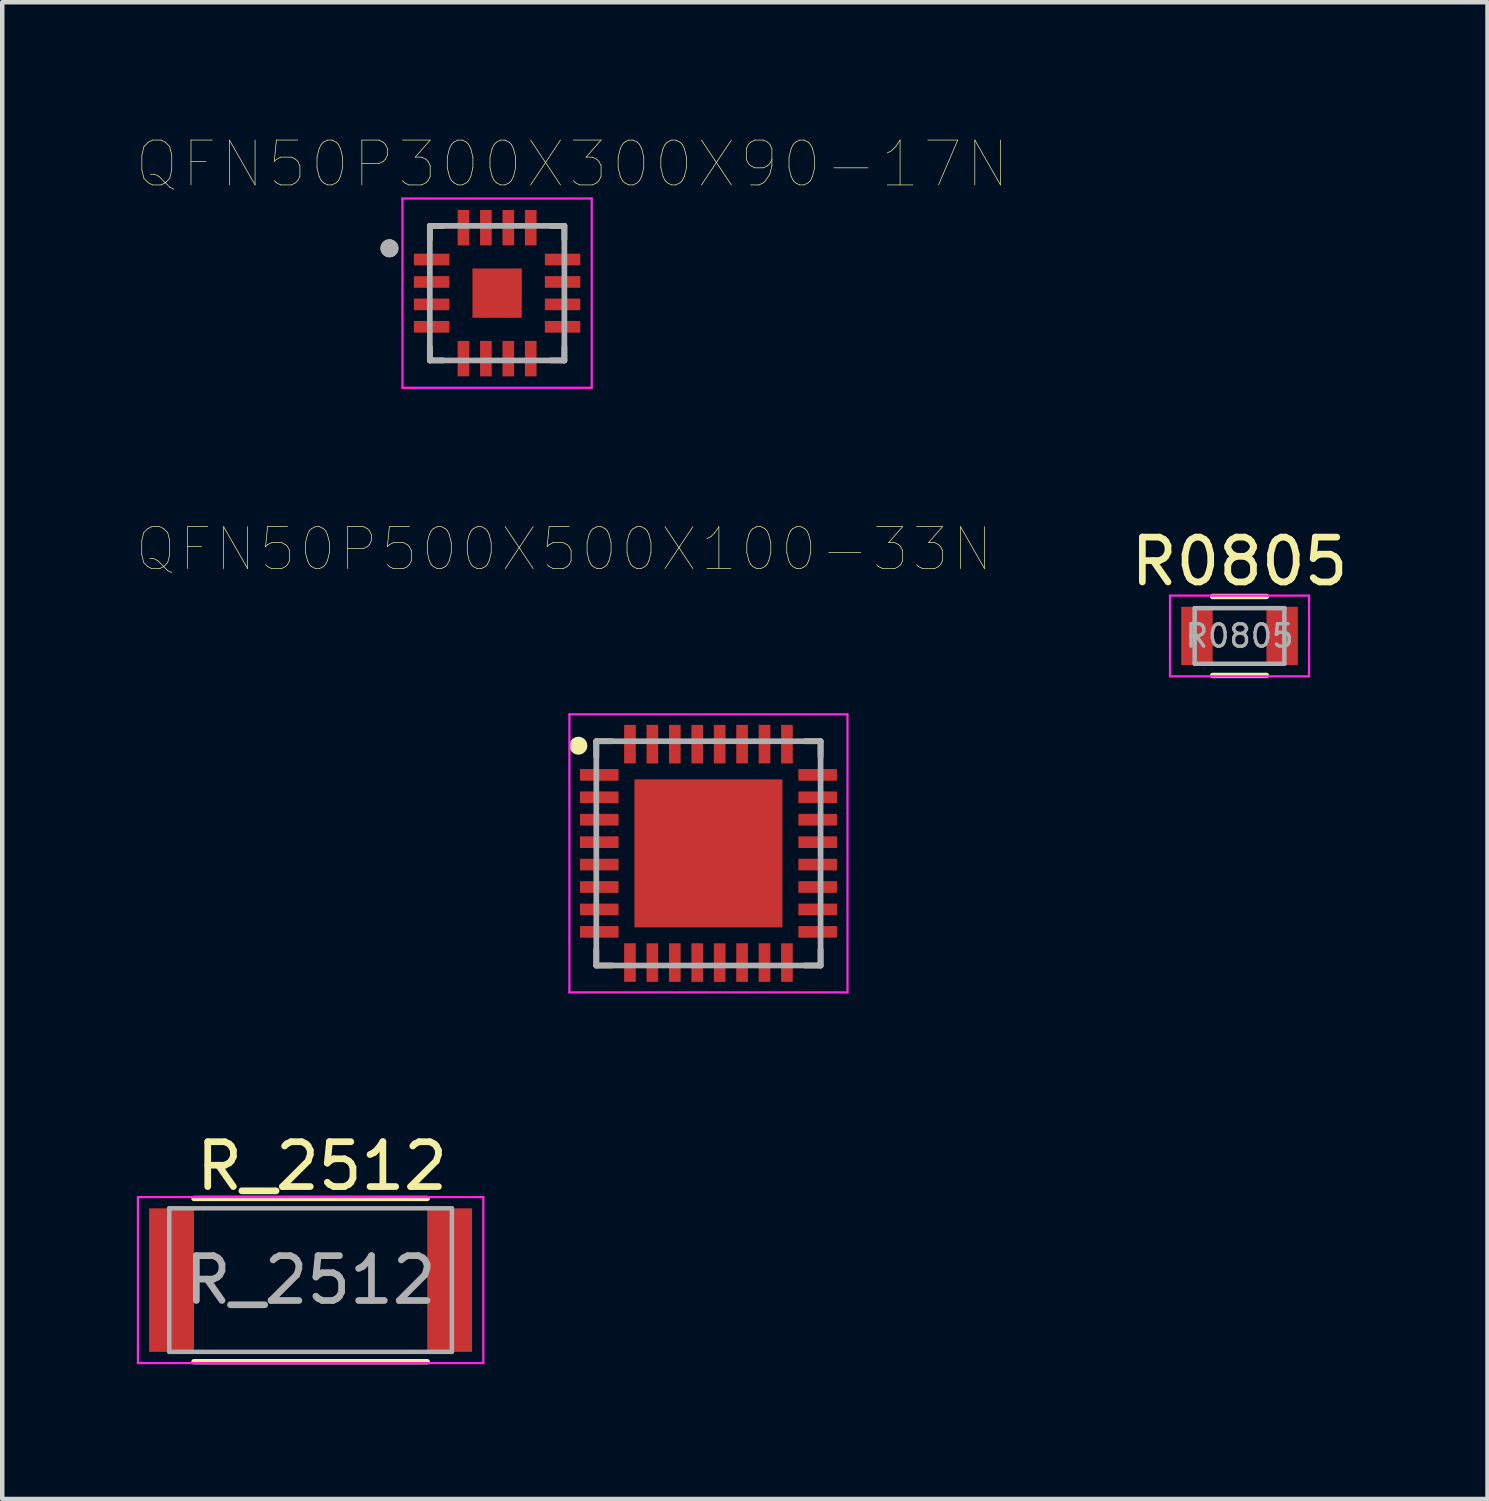
<source format=kicad_pcb>
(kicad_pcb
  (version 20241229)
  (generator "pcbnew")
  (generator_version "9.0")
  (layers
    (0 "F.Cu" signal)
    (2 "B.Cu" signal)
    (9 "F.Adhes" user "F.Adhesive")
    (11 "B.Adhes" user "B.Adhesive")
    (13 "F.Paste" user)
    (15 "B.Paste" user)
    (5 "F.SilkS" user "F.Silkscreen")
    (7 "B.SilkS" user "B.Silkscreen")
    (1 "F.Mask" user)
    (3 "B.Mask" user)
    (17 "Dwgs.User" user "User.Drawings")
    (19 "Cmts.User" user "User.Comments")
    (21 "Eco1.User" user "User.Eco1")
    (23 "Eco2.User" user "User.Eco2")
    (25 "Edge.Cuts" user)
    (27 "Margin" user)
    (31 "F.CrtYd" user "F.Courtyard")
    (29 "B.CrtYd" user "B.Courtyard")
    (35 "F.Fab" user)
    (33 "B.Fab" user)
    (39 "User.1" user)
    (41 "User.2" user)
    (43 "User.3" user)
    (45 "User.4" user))
  (footprint "QFN50P500X500X100-33N"
    (layer "F.Cu")
    (at 12.745 15.976)
    (property "Reference" "QFN50P500X500X100-33N" (at -3.218 -6.781 0) (layer "F.SilkS") (effects (font (size 0.935 0.935) (thickness 0.015))))
    (attr through_hole)
    (fp_line (start -2.5 -2.5) (end -2.15 -2.5) (stroke (width 0.127) (type solid)) (layer "F.SilkS"))
    (fp_line (start -2.5 -2.15) (end -2.5 -2.5) (stroke (width 0.127) (type solid)) (layer "F.SilkS"))
    (fp_line (start -2.5 2.5) (end -2.5 2.15) (stroke (width 0.127) (type solid)) (layer "F.SilkS"))
    (fp_line (start -2.15 2.5) (end -2.5 2.5) (stroke (width 0.127) (type solid)) (layer "F.SilkS"))
    (fp_line (start 2.15 -2.5) (end 2.5 -2.5) (stroke (width 0.127) (type solid)) (layer "F.SilkS"))
    (fp_line (start 2.15 2.5) (end 2.5 2.5) (stroke (width 0.127) (type solid)) (layer "F.SilkS"))
    (fp_line (start 2.5 -2.5) (end 2.5 -2.15) (stroke (width 0.127) (type solid)) (layer "F.SilkS"))
    (fp_line (start 2.5 2.5) (end 2.5 2.15) (stroke (width 0.127) (type solid)) (layer "F.SilkS"))
    (fp_circle (center -2.9 -2.4) (end -2.8 -2.4) (stroke (width 0.2) (type solid)) (fill no) (layer "F.SilkS"))
    (fp_poly (pts (xy -2.163 -1.15) (xy 1.15 -1.15) (xy 1.15 2.163) (xy -2.163 2.163)) (stroke (width 0.01) (type solid)) (fill yes) (layer "F.Paste"))
    (fp_line (start -3.1 -3.1) (end 3.1 -3.1) (stroke (width 0.05) (type solid)) (layer "F.CrtYd"))
    (fp_line (start -3.1 3.1) (end -3.1 -3.1) (stroke (width 0.05) (type solid)) (layer "F.CrtYd"))
    (fp_line (start 3.1 -3.1) (end 3.1 3.1) (stroke (width 0.05) (type solid)) (layer "F.CrtYd"))
    (fp_line (start 3.1 3.1) (end -3.1 3.1) (stroke (width 0.05) (type solid)) (layer "F.CrtYd"))
    (fp_line (start -2.5 -2.5) (end 2.5 -2.5) (stroke (width 0.127) (type solid)) (layer "F.Fab"))
    (fp_line (start -2.5 2.5) (end -2.5 -2.5) (stroke (width 0.127) (type solid)) (layer "F.Fab"))
    (fp_line (start 2.5 -2.5) (end 2.5 2.5) (stroke (width 0.127) (type solid)) (layer "F.Fab"))
    (fp_line (start 2.5 2.5) (end -2.5 2.5) (stroke (width 0.127) (type solid)) (layer "F.Fab"))
    (pad "1" smd rect (at -2.435 -1.75) (size 0.86 0.26) (layers "F.Cu" "F.Mask" "F.Paste"))
    (pad "2" smd rect (at -2.435 -1.25) (size 0.86 0.26) (layers "F.Cu" "F.Mask" "F.Paste"))
    (pad "3" smd rect (at -2.435 -0.75) (size 0.86 0.26) (layers "F.Cu" "F.Mask" "F.Paste"))
    (pad "4" smd rect (at -2.435 -0.25) (size 0.86 0.26) (layers "F.Cu" "F.Mask" "F.Paste"))
    (pad "5" smd rect (at -2.435 0.25) (size 0.86 0.26) (layers "F.Cu" "F.Mask" "F.Paste"))
    (pad "6" smd rect (at -2.435 0.75) (size 0.86 0.26) (layers "F.Cu" "F.Mask" "F.Paste"))
    (pad "7" smd rect (at -2.435 1.25) (size 0.86 0.26) (layers "F.Cu" "F.Mask" "F.Paste"))
    (pad "8" smd rect (at -2.435 1.75) (size 0.86 0.26) (layers "F.Cu" "F.Mask" "F.Paste"))
    (pad "9" smd rect (at -1.75 2.435) (size 0.26 0.86) (layers "F.Cu" "F.Mask" "F.Paste"))
    (pad "10" smd rect (at -1.25 2.435) (size 0.26 0.86) (layers "F.Cu" "F.Mask" "F.Paste"))
    (pad "11" smd rect (at -0.75 2.435) (size 0.26 0.86) (layers "F.Cu" "F.Mask" "F.Paste"))
    (pad "12" smd rect (at -0.25 2.435) (size 0.26 0.86) (layers "F.Cu" "F.Mask" "F.Paste"))
    (pad "13" smd rect (at 0.25 2.435) (size 0.26 0.86) (layers "F.Cu" "F.Mask" "F.Paste"))
    (pad "14" smd rect (at 0.75 2.435) (size 0.26 0.86) (layers "F.Cu" "F.Mask" "F.Paste"))
    (pad "15" smd rect (at 1.25 2.435) (size 0.26 0.86) (layers "F.Cu" "F.Mask" "F.Paste"))
    (pad "16" smd rect (at 1.75 2.435) (size 0.26 0.86) (layers "F.Cu" "F.Mask" "F.Paste"))
    (pad "17" smd rect (at 2.435 1.75) (size 0.86 0.26) (layers "F.Cu" "F.Mask" "F.Paste"))
    (pad "18" smd rect (at 2.435 1.25) (size 0.86 0.26) (layers "F.Cu" "F.Mask" "F.Paste"))
    (pad "19" smd rect (at 2.435 0.75) (size 0.86 0.26) (layers "F.Cu" "F.Mask" "F.Paste"))
    (pad "20" smd rect (at 2.435 0.25) (size 0.86 0.26) (layers "F.Cu" "F.Mask" "F.Paste"))
    (pad "21" smd rect (at 2.435 -0.25) (size 0.86 0.26) (layers "F.Cu" "F.Mask" "F.Paste"))
    (pad "22" smd rect (at 2.435 -0.75) (size 0.86 0.26) (layers "F.Cu" "F.Mask" "F.Paste"))
    (pad "23" smd rect (at 2.435 -1.25) (size 0.86 0.26) (layers "F.Cu" "F.Mask" "F.Paste"))
    (pad "24" smd rect (at 2.435 -1.75) (size 0.86 0.26) (layers "F.Cu" "F.Mask" "F.Paste"))
    (pad "25" smd rect (at 1.75 -2.435) (size 0.26 0.86) (layers "F.Cu" "F.Mask" "F.Paste"))
    (pad "26" smd rect (at 1.25 -2.435) (size 0.26 0.86) (layers "F.Cu" "F.Mask" "F.Paste"))
    (pad "27" smd rect (at 0.75 -2.435) (size 0.26 0.86) (layers "F.Cu" "F.Mask" "F.Paste"))
    (pad "28" smd rect (at 0.25 -2.435) (size 0.26 0.86) (layers "F.Cu" "F.Mask" "F.Paste"))
    (pad "29" smd rect (at -0.25 -2.435) (size 0.26 0.86) (layers "F.Cu" "F.Mask" "F.Paste"))
    (pad "30" smd rect (at -0.75 -2.435) (size 0.26 0.86) (layers "F.Cu" "F.Mask" "F.Paste"))
    (pad "31" smd rect (at -1.25 -2.435) (size 0.26 0.86) (layers "F.Cu" "F.Mask" "F.Paste"))
    (pad "32" smd rect (at -1.75 -2.435) (size 0.26 0.86) (layers "F.Cu" "F.Mask" "F.Paste"))
    (pad "33" smd rect (at 0 0) (size 3.3 3.3) (layers "F.Cu" "F.Mask")))
  (footprint "R0805"
    (layer "F.Cu")
    (at 24.459 11.256)
    (property "Reference" "R0805" (at 0.127 -1.786 0) (layer "F.SilkS") (effects (font (size 1 1) (thickness 0.15))))
    (attr through_hole)
    (fp_line (start -0.473 -1.007) (end 0.727 -1.007) (stroke (width 0.12) (type solid)) (layer "F.SilkS"))
    (fp_line (start 0.727 0.753) (end -0.473 0.753) (stroke (width 0.12) (type solid)) (layer "F.SilkS"))
    (fp_line (start -1.423 -1.027) (end -1.423 0.773) (stroke (width 0.05) (type solid)) (layer "F.CrtYd"))
    (fp_line (start -1.423 -1.027) (end 1.677 -1.027) (stroke (width 0.05) (type solid)) (layer "F.CrtYd"))
    (fp_line (start 1.677 0.773) (end -1.423 0.773) (stroke (width 0.05) (type solid)) (layer "F.CrtYd"))
    (fp_line (start 1.677 0.773) (end 1.677 -1.027) (stroke (width 0.05) (type solid)) (layer "F.CrtYd"))
    (fp_line (start -0.873 -0.747) (end 1.127 -0.747) (stroke (width 0.1) (type solid)) (layer "F.Fab"))
    (fp_line (start -0.873 0.493) (end -0.873 -0.747) (stroke (width 0.1) (type solid)) (layer "F.Fab"))
    (fp_line (start 1.127 -0.747) (end 1.127 0.493) (stroke (width 0.1) (type solid)) (layer "F.Fab"))
    (fp_line (start 1.127 0.493) (end -0.873 0.493) (stroke (width 0.1) (type solid)) (layer "F.Fab"))
    (fp_text user "${REFERENCE}" (at 0.127 -0.127 0) (layer "F.Fab") (effects (font (size 0.5 0.5) (thickness 0.075))))
    (pad "1" smd rect (at -0.823 -0.127) (size 0.7 1.3) (layers "F.Cu" "F.Mask" "F.Paste"))
    (pad "2" smd rect (at 1.077 -0.127) (size 0.7 1.3) (layers "F.Cu" "F.Mask" "F.Paste")))
  (footprint "R_2512"
    (layer "F.Cu")
    (at 3.875 25.49)
    (property "Reference" "R_2512" (at 0.254 -2.54 0) (layer "F.SilkS") (effects (font (size 1 1) (thickness 0.15))))
    (attr through_hole)
    (fp_line (start -2.6 -1.82) (end 2.6 -1.82) (stroke (width 0.12) (type solid)) (layer "F.SilkS"))
    (fp_line (start 2.6 1.82) (end -2.6 1.82) (stroke (width 0.12) (type solid)) (layer "F.SilkS"))
    (fp_line (start -3.85 -1.85) (end -3.85 1.85) (stroke (width 0.05) (type solid)) (layer "F.CrtYd"))
    (fp_line (start -3.85 -1.85) (end 3.85 -1.85) (stroke (width 0.05) (type solid)) (layer "F.CrtYd"))
    (fp_line (start 3.85 1.85) (end -3.85 1.85) (stroke (width 0.05) (type solid)) (layer "F.CrtYd"))
    (fp_line (start 3.85 1.85) (end 3.85 -1.85) (stroke (width 0.05) (type solid)) (layer "F.CrtYd"))
    (fp_line (start -3.15 -1.6) (end 3.15 -1.6) (stroke (width 0.1) (type solid)) (layer "F.Fab"))
    (fp_line (start -3.15 1.6) (end -3.15 -1.6) (stroke (width 0.1) (type solid)) (layer "F.Fab"))
    (fp_line (start 3.15 -1.6) (end 3.15 1.6) (stroke (width 0.1) (type solid)) (layer "F.Fab"))
    (fp_line (start 3.15 1.6) (end -3.15 1.6) (stroke (width 0.1) (type solid)) (layer "F.Fab"))
    (fp_text user "${REFERENCE}" (at 0 0 0) (layer "F.Fab") (effects (font (size 1 1) (thickness 0.15))))
    (pad "1" smd rect (at -3.1 0) (size 1 3.2) (layers "F.Cu" "F.Mask" "F.Paste"))
    (pad "2" smd rect (at 3.1 0) (size 1 3.2) (layers "F.Cu" "F.Mask" "F.Paste")))
  (footprint "QFN50P300X300X90-17N"
    (layer "F.Cu")
    (at 8.033 3.486)
    (property "Reference" "QFN50P300X300X90-17N" (at 1.675 -2.875 0) (layer "F.SilkS") (effects (font (size 1 1) (thickness 0.015))))
    (attr through_hole)
    (fp_line (start -1.5 -1.5) (end -1.2 -1.5) (stroke (width 0.127) (type solid)) (layer "F.SilkS"))
    (fp_line (start -1.5 -1.2) (end -1.5 -1.5) (stroke (width 0.127) (type solid)) (layer "F.SilkS"))
    (fp_line (start -1.5 1.5) (end -1.5 1.2) (stroke (width 0.127) (type solid)) (layer "F.SilkS"))
    (fp_line (start -1.2 1.5) (end -1.5 1.5) (stroke (width 0.127) (type solid)) (layer "F.SilkS"))
    (fp_line (start 1.2 -1.5) (end 1.5 -1.5) (stroke (width 0.127) (type solid)) (layer "F.SilkS"))
    (fp_line (start 1.5 -1.5) (end 1.5 -1.2) (stroke (width 0.127) (type solid)) (layer "F.SilkS"))
    (fp_line (start 1.5 1.2) (end 1.5 1.5) (stroke (width 0.127) (type solid)) (layer "F.SilkS"))
    (fp_line (start 1.5 1.5) (end 1.2 1.5) (stroke (width 0.127) (type solid)) (layer "F.SilkS"))
    (fp_circle (center -2.4 -1) (end -2.3 -1) (stroke (width 0.2) (type solid)) (fill no) (layer "F.SilkS"))
    (fp_poly (pts (xy -0.389 -0.389) (xy 0.389 -0.389) (xy 0.389 0.389) (xy -0.389 0.389)) (stroke (width 0.01) (type solid)) (fill yes) (layer "F.Paste"))
    (fp_line (start -2.11 -2.11) (end 2.11 -2.11) (stroke (width 0.05) (type solid)) (layer "F.CrtYd"))
    (fp_line (start -2.11 2.11) (end -2.11 -2.11) (stroke (width 0.05) (type solid)) (layer "F.CrtYd"))
    (fp_line (start 2.11 -2.11) (end 2.11 2.11) (stroke (width 0.05) (type solid)) (layer "F.CrtYd"))
    (fp_line (start 2.11 2.11) (end -2.11 2.11) (stroke (width 0.05) (type solid)) (layer "F.CrtYd"))
    (fp_line (start -1.5 -1.5) (end 1.5 -1.5) (stroke (width 0.127) (type solid)) (layer "F.Fab"))
    (fp_line (start -1.5 1.5) (end -1.5 -1.5) (stroke (width 0.127) (type solid)) (layer "F.Fab"))
    (fp_line (start 1.5 -1.5) (end 1.5 1.5) (stroke (width 0.127) (type solid)) (layer "F.Fab"))
    (fp_line (start 1.5 1.5) (end -1.5 1.5) (stroke (width 0.127) (type solid)) (layer "F.Fab"))
    (fp_circle (center -2.4 -1) (end -2.3 -1) (stroke (width 0.2) (type solid)) (fill no) (layer "F.Fab"))
    (pad "1" smd rect (at -1.46 -0.75) (size 0.79 0.26) (layers "F.Cu" "F.Mask" "F.Paste"))
    (pad "2" smd rect (at -1.46 -0.25) (size 0.79 0.26) (layers "F.Cu" "F.Mask" "F.Paste"))
    (pad "3" smd rect (at -1.46 0.25) (size 0.79 0.26) (layers "F.Cu" "F.Mask" "F.Paste"))
    (pad "4" smd rect (at -1.46 0.75) (size 0.79 0.26) (layers "F.Cu" "F.Mask" "F.Paste"))
    (pad "5" smd rect (at -0.75 1.46) (size 0.26 0.79) (layers "F.Cu" "F.Mask" "F.Paste"))
    (pad "6" smd rect (at -0.25 1.46) (size 0.26 0.79) (layers "F.Cu" "F.Mask" "F.Paste"))
    (pad "7" smd rect (at 0.25 1.46) (size 0.26 0.79) (layers "F.Cu" "F.Mask" "F.Paste"))
    (pad "8" smd rect (at 0.75 1.46) (size 0.26 0.79) (layers "F.Cu" "F.Mask" "F.Paste"))
    (pad "9" smd rect (at 1.46 0.75) (size 0.79 0.26) (layers "F.Cu" "F.Mask" "F.Paste"))
    (pad "10" smd rect (at 1.46 0.25) (size 0.79 0.26) (layers "F.Cu" "F.Mask" "F.Paste"))
    (pad "11" smd rect (at 1.46 -0.25) (size 0.79 0.26) (layers "F.Cu" "F.Mask" "F.Paste"))
    (pad "12" smd rect (at 1.46 -0.75) (size 0.79 0.26) (layers "F.Cu" "F.Mask" "F.Paste"))
    (pad "13" smd rect (at 0.75 -1.46) (size 0.26 0.79) (layers "F.Cu" "F.Mask" "F.Paste"))
    (pad "14" smd rect (at 0.25 -1.46) (size 0.26 0.79) (layers "F.Cu" "F.Mask" "F.Paste"))
    (pad "15" smd rect (at -0.25 -1.46) (size 0.26 0.79) (layers "F.Cu" "F.Mask" "F.Paste"))
    (pad "16" smd rect (at -0.75 -1.46) (size 0.26 0.79) (layers "F.Cu" "F.Mask" "F.Paste"))
    (pad "17" smd rect (at 0 0) (size 1.1 1.1) (layers "F.Cu" "F.Mask")))
  (gr_rect
    (start -3 -3)
    (end 30.115 30.37)
    (stroke (width 0.1) (type default))
    (fill no)
    (layer "Edge.Cuts")))
</source>
